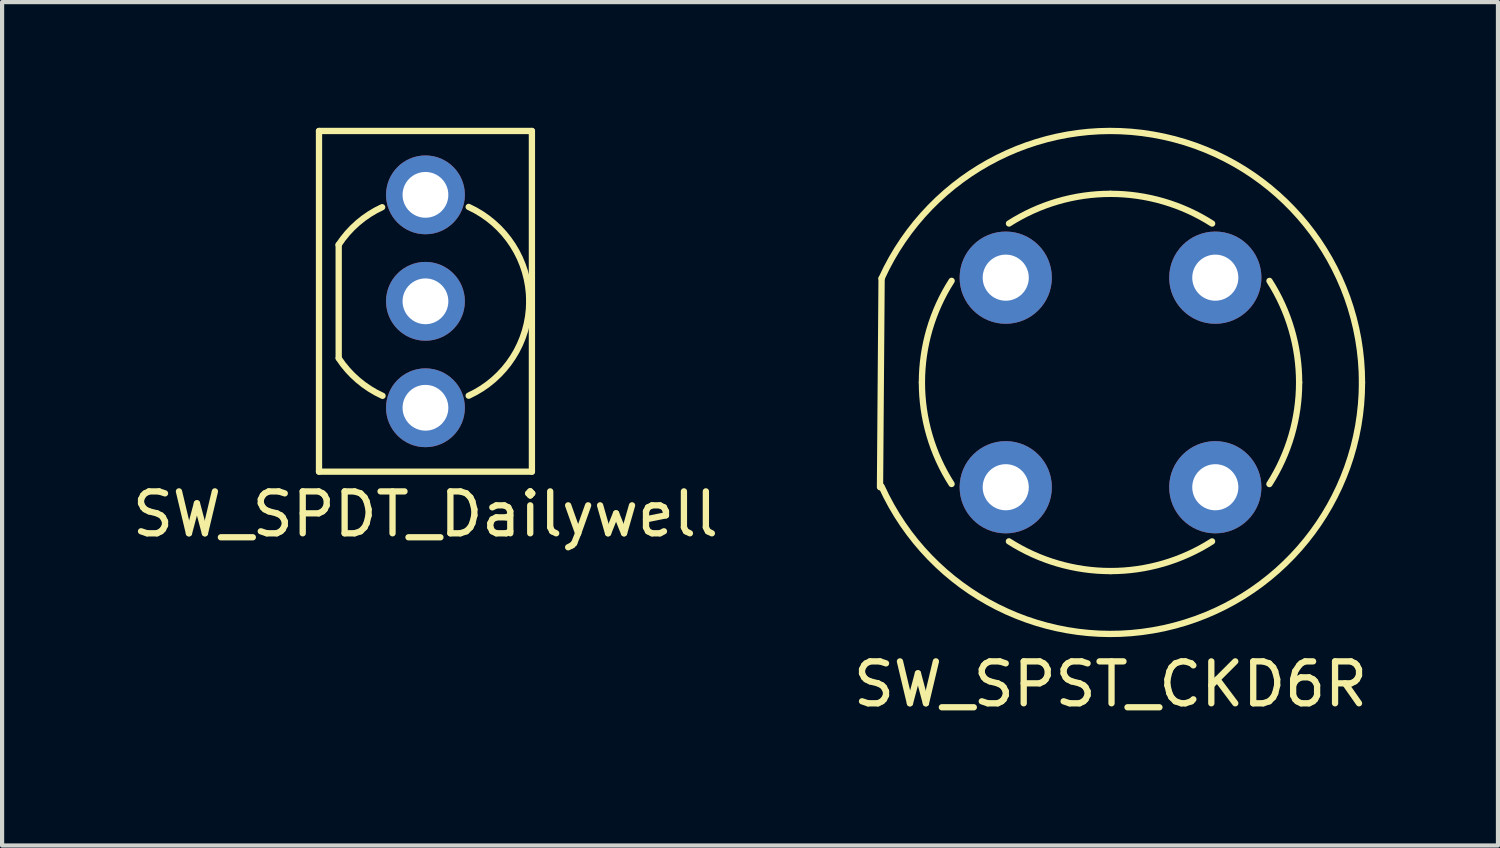
<source format=kicad_pcb>
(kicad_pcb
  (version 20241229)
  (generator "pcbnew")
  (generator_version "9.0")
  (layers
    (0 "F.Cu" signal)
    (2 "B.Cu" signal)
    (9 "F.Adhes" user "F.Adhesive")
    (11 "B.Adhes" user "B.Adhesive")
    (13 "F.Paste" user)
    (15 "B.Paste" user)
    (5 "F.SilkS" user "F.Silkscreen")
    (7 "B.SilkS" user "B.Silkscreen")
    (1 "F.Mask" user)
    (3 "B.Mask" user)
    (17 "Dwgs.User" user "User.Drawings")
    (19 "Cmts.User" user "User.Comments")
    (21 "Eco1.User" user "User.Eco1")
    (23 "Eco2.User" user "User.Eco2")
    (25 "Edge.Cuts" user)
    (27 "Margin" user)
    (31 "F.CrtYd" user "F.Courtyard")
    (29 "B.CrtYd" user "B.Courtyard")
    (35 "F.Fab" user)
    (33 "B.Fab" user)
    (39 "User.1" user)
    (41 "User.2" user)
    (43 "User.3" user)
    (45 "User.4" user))
  (footprint "SW_SPDT_Dailywell"
    (layer "F.Cu")
    (at 7.101 4.139)
    (property "Reference" "SW_SPDT_Dailywell" (at 0 5.08 0) (layer "F.SilkS") (effects (font (size 1 1) (thickness 0.15))))
    (attr through_hole)
    (fp_line (start -2.54 -4.064) (end -2.54 4.064) (stroke (width 0.15) (type solid)) (layer "F.SilkS"))
    (fp_line (start -2.54 -4.064) (end 2.54 -4.064) (stroke (width 0.15) (type solid)) (layer "F.SilkS"))
    (fp_line (start -2.54 4.064) (end 2.54 4.064) (stroke (width 0.15) (type solid)) (layer "F.SilkS"))
    (fp_line (start -2.07 -1.351) (end -2.07 1.351) (stroke (width 0.15) (type solid)) (layer "F.SilkS"))
    (fp_line (start 2.54 -4.064) (end 2.54 4.064) (stroke (width 0.15) (type solid)) (layer "F.SilkS"))
    (fp_arc (start -2.073021 -1.346448) (mid -1.617115 -1.869566) (end -1.033779 -2.245359) (stroke (width 0.15) (type solid)) (layer "F.SilkS"))
    (fp_arc (start -1.023645 2.254788) (mid -1.610425 1.881077) (end -2.070099 1.358899) (stroke (width 0.15) (type solid)) (layer "F.SilkS"))
    (fp_arc (start 1.031318 -2.251541) (mid 2.08412 -1.337721) (end 2.4765 0) (stroke (width 0.15) (type solid)) (layer "F.SilkS"))
    (fp_arc (start 2.4765 0) (mid 2.084001 1.337905) (end 1.030919 2.251723) (stroke (width 0.15) (type solid)) (layer "F.SilkS"))
    (pad "1" thru_hole circle (at 0 2.54) (size 1.88 1.88) (drill 1.092) (layers "*.Cu" "*.Mask"))
    (pad "2" thru_hole circle (at 0 0) (size 1.88 1.88) (drill 1.092) (layers "*.Cu" "*.Mask"))
    (pad "3" thru_hole circle (at 0 -2.54) (size 1.88 1.88) (drill 1.092) (layers "*.Cu" "*.Mask")))
  (footprint "SW_SPST_CKD6R"
    (layer "F.Cu")
    (at 23.446 6.075)
    (property "Reference" "SW_SPST_CKD6R" (at 0 7.2 0) (layer "F.SilkS") (effects (font (size 1 1) (thickness 0.15))))
    (attr through_hole)
    (fp_line (start -5.462 -2.483) (end -5.5 2.5) (stroke (width 0.15) (type solid)) (layer "F.SilkS"))
    (fp_arc (start -5.462199 -2.482818) (mid 1.270198 -5.864009) (end 6 0) (stroke (width 0.15) (type solid)) (layer "F.SilkS"))
    (fp_arc (start -4.5 0) (mid -4.319124 -1.263) (end -3.791036 -2.424469) (stroke (width 0.15) (type solid)) (layer "F.SilkS"))
    (fp_arc (start -3.792133 2.422752) (mid -4.31941 1.262022) (end -4.5 0) (stroke (width 0.15) (type solid)) (layer "F.SilkS"))
    (fp_arc (start -2.422752 -3.792133) (mid -1.262022 -4.31941) (end 0 -4.5) (stroke (width 0.15) (type solid)) (layer "F.SilkS"))
    (fp_arc (start 0 -4.5) (mid 1.263 -4.319124) (end 2.424469 -3.791036) (stroke (width 0.15) (type solid)) (layer "F.SilkS"))
    (fp_arc (start 0 4.5) (mid -1.263 4.319124) (end -2.424469 3.791036) (stroke (width 0.15) (type solid)) (layer "F.SilkS"))
    (fp_arc (start 2.422752 3.792133) (mid 1.262022 4.31941) (end 0 4.5) (stroke (width 0.15) (type solid)) (layer "F.SilkS"))
    (fp_arc (start 3.792133 -2.422752) (mid 4.31941 -1.262022) (end 4.5 0) (stroke (width 0.15) (type solid)) (layer "F.SilkS"))
    (fp_arc (start 4.5 0) (mid 4.319124 1.263) (end 3.791036 2.424469) (stroke (width 0.15) (type solid)) (layer "F.SilkS"))
    (fp_arc (start 6 0) (mid 1.267949 5.864495) (end -5.464102 2.478627) (stroke (width 0.15) (type solid)) (layer "F.SilkS"))
    (pad "1" thru_hole circle (at -2.5 -2.5) (size 2.2 2.2) (drill 1.1) (layers "*.Cu" "*.Mask"))
    (pad "1" thru_hole circle (at 2.5 -2.5) (size 2.2 2.2) (drill 1.1) (layers "*.Cu" "*.Mask"))
    (pad "2" thru_hole circle (at -2.5 2.5) (size 2.2 2.2) (drill 1.1) (layers "*.Cu" "*.Mask"))
    (pad "2" thru_hole circle (at 2.5 2.5) (size 2.2 2.2) (drill 1.1) (layers "*.Cu" "*.Mask")))
  (gr_rect
    (start -3 -3)
    (end 32.69 17.123)
    (stroke (width 0.1) (type default))
    (fill no)
    (layer "Edge.Cuts")))
</source>
